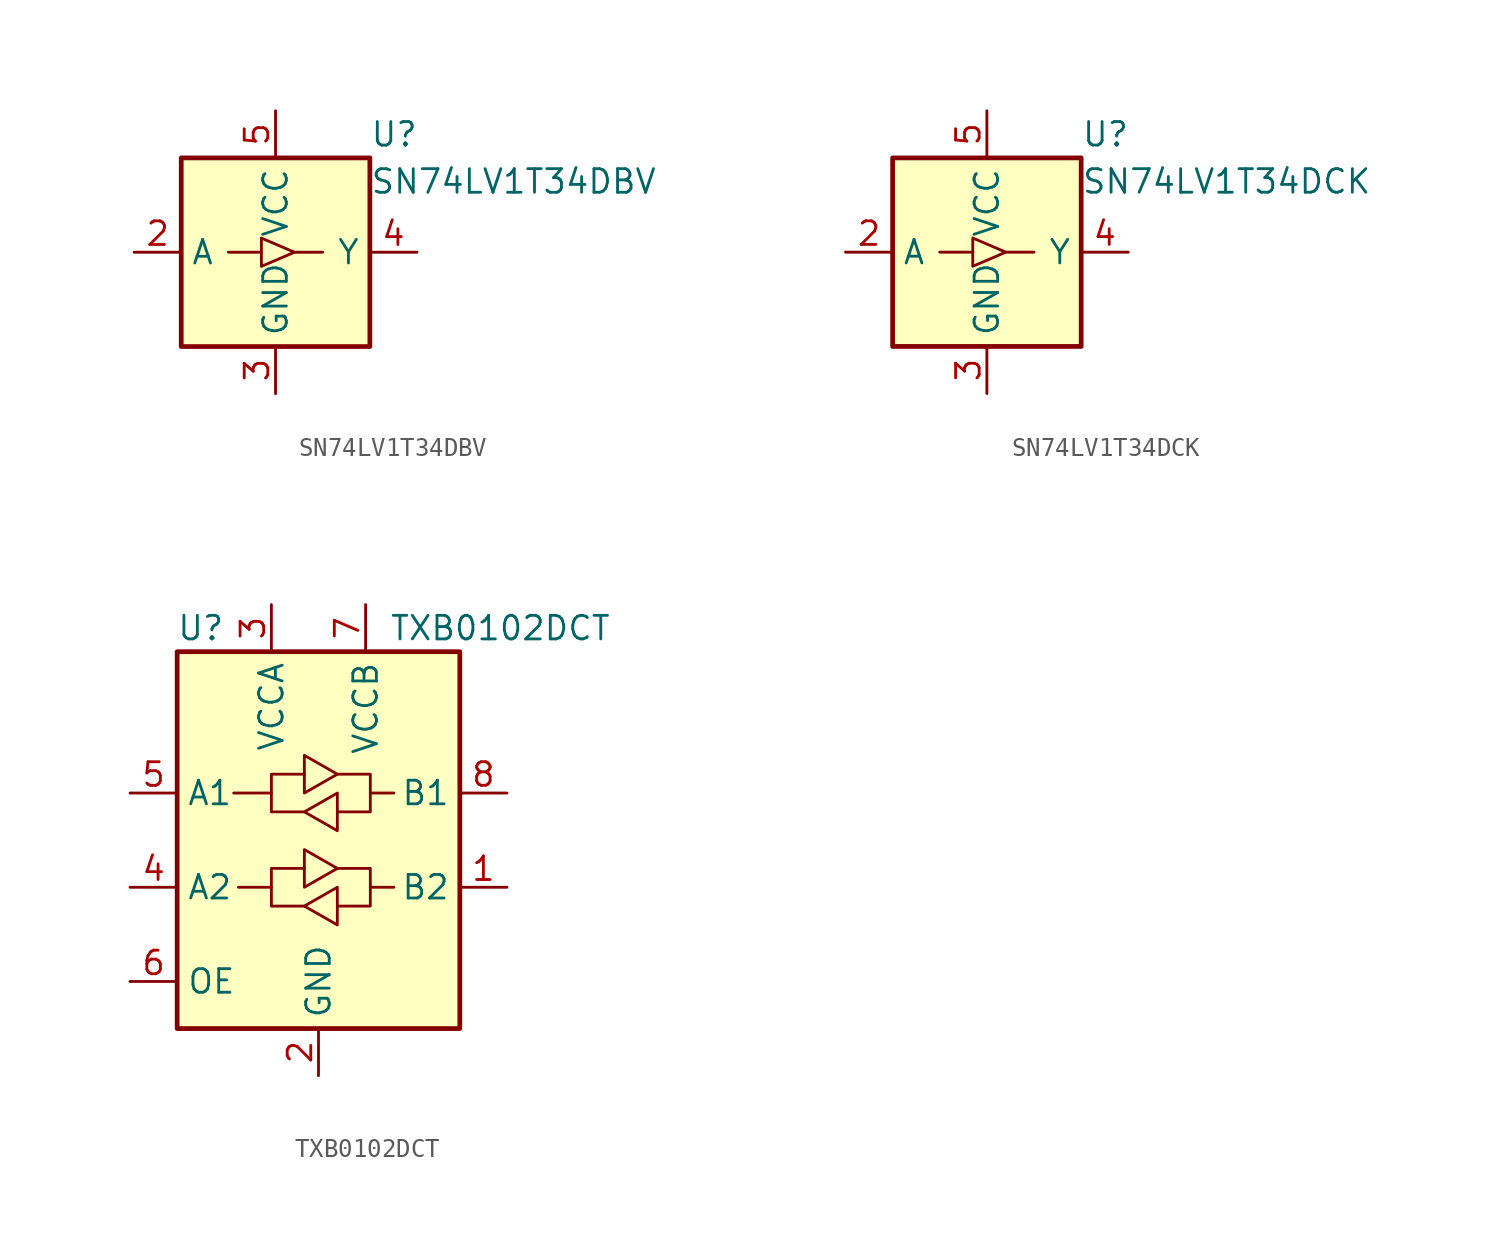
<source format=kicad_sym>
(kicad_symbol_lib
  (version 20201005)
  (generator kicad_symbol_editor)
  (symbol "SN74LV1T34DBV"
    (property "Reference" "U"
      (at 5.08 6.35 0)
      (effects (font (size 1.27 1.27)) (justify left)))
    (property "Value" "SN74LV1T34DBV"
      (at 5.08 3.81 0)
      (effects (font (size 1.27 1.27)) (justify left)))
    (symbol "SN74LV1T34DBV_0_1"
      (rectangle (start -5.08 5.08) (end 5.08 -5.08) (stroke (width 0.254)) (fill (type background)))
      (polyline (pts (xy -0.762 0) (xy -2.54 0)) (stroke (width 0)) (fill (type none)))
      (polyline (pts (xy 1.016 0) (xy 2.54 0)) (stroke (width 0)) (fill (type none))))
    (symbol "SN74LV1T34DBV_1_1"
      (polyline (pts (xy -0.762 -0.762) (xy -0.762 0.762) (xy 1.016 0) (xy -0.762 -0.762)) (stroke (width 0)) (fill (type none)))
      (pin no_connect line (at -5.08 2.54 0) (length 2.54) hide (name "NC" (effects (font (size 1.27 1.27)))) (number "1" (effects (font (size 1.27 1.27)))))
      (pin input line (at -7.62 0 0) (length 2.54) (name "A" (effects (font (size 1.27 1.27)))) (number "2" (effects (font (size 1.27 1.27)))))
      (pin power_in line (at 0 -7.62 90) (length 2.54) (name "GND" (effects (font (size 1.27 1.27)))) (number "3" (effects (font (size 1.27 1.27)))))
      (pin output line (at 7.62 0 180) (length 2.54) (name "Y" (effects (font (size 1.27 1.27)))) (number "4" (effects (font (size 1.27 1.27)))))
      (pin power_in line (at 0 7.62 270) (length 2.54) (name "VCC" (effects (font (size 1.27 1.27)))) (number "5" (effects (font (size 1.27 1.27)))))))
  (symbol "SN74LV1T34DCK"
    (property "Reference" "U"
      (at 5.08 6.35 0)
      (effects (font (size 1.27 1.27)) (justify left)))
    (property "Value" "SN74LV1T34DCK"
      (at 5.08 3.81 0)
      (effects (font (size 1.27 1.27)) (justify left)))
    (symbol "SN74LV1T34DCK_0_1"
      (rectangle (start -5.08 5.08) (end 5.08 -5.08) (stroke (width 0.254)) (fill (type background)))
      (polyline (pts (xy -0.762 0) (xy -2.54 0)) (stroke (width 0)) (fill (type none)))
      (polyline (pts (xy 1.016 0) (xy 2.54 0)) (stroke (width 0)) (fill (type none))))
    (symbol "SN74LV1T34DCK_1_1"
      (polyline (pts (xy -0.762 -0.762) (xy -0.762 0.762) (xy 1.016 0) (xy -0.762 -0.762)) (stroke (width 0)) (fill (type none)))
      (pin no_connect line (at -5.08 2.54 0) (length 2.54) hide (name "NC" (effects (font (size 1.27 1.27)))) (number "1" (effects (font (size 1.27 1.27)))))
      (pin input line (at -7.62 0 0) (length 2.54) (name "A" (effects (font (size 1.27 1.27)))) (number "2" (effects (font (size 1.27 1.27)))))
      (pin power_in line (at 0 -7.62 90) (length 2.54) (name "GND" (effects (font (size 1.27 1.27)))) (number "3" (effects (font (size 1.27 1.27)))))
      (pin output line (at 7.62 0 180) (length 2.54) (name "Y" (effects (font (size 1.27 1.27)))) (number "4" (effects (font (size 1.27 1.27)))))
      (pin power_in line (at 0 7.62 270) (length 2.54) (name "VCC" (effects (font (size 1.27 1.27)))) (number "5" (effects (font (size 1.27 1.27)))))))
  (symbol "TXB0102DCT"
    (property "Reference" "U"
      (at -6.35 11.43 0)
      (effects (font (size 1.27 1.27))))
    (property "Value" "TXB0102DCT"
      (at 3.81 11.43 0)
      (effects (font (size 1.27 1.27)) (justify left)))
    (symbol "TXB0102DCT_0_1"
      (rectangle (start -7.62 10.16) (end 7.62 -10.16) (stroke (width 0.254)) (fill (type background)))
      (polyline (pts (xy -2.54 -2.54) (xy -2.54 -1.524) (xy -0.762 -1.524)) (stroke (width 0)) (fill (type none)))
      (polyline (pts (xy -2.54 2.54) (xy -2.54 3.556) (xy -0.762 3.556)) (stroke (width 0)) (fill (type none)))
      (polyline (pts (xy 2.794 -2.54) (xy 2.794 -3.556) (xy 1.016 -3.556)) (stroke (width 0)) (fill (type none)))
      (polyline (pts (xy 2.794 2.54) (xy 2.794 1.524) (xy 1.016 1.524)) (stroke (width 0)) (fill (type none)))
      (polyline (pts (xy -0.762 -3.556) (xy -2.54 -3.556) (xy -2.54 -2.54) (xy -4.318 -2.54)) (stroke (width 0)) (fill (type none)))
      (polyline (pts (xy -0.762 1.524) (xy -2.54 1.524) (xy -2.54 2.54) (xy -4.572 2.54)) (stroke (width 0)) (fill (type none)))
      (polyline (pts (xy -0.762 2.54) (xy -0.762 4.572) (xy 1.016 3.556) (xy -0.762 2.54)) (stroke (width 0)) (fill (type none)))
      (polyline (pts (xy 1.016 -2.54) (xy 1.016 -4.572) (xy -0.762 -3.556) (xy 1.016 -2.54)) (stroke (width 0)) (fill (type none)))
      (polyline (pts (xy 1.016 -1.524) (xy 2.794 -1.524) (xy 2.794 -2.54) (xy 4.064 -2.54)) (stroke (width 0)) (fill (type none)))
      (polyline (pts (xy 1.016 3.556) (xy 2.794 3.556) (xy 2.794 2.54) (xy 4.064 2.54)) (stroke (width 0)) (fill (type none)))
      (polyline (pts (xy 1.016 2.54) (xy 1.016 0.762) (xy 1.016 0.508) (xy -0.762 1.524) (xy 1.016 2.54)) (stroke (width 0)) (fill (type none)))
      (polyline (pts (xy -0.762 -2.54) (xy -0.762 -0.508) (xy 1.016 -1.524) (xy -0.762 -2.54)) (stroke (width 0)) (fill (type background))))
    (symbol "TXB0102DCT_1_1"
      (pin bidirectional line (at 10.16 -2.54 180) (length 2.54) (name "B2" (effects (font (size 1.27 1.27)))) (number "1" (effects (font (size 1.27 1.27)))))
      (pin power_in line (at 0 -12.7 90) (length 2.54) (name "GND" (effects (font (size 1.27 1.27)))) (number "2" (effects (font (size 1.27 1.27)))))
      (pin power_in line (at -2.54 12.7 270) (length 2.54) (name "VCCA" (effects (font (size 1.27 1.27)))) (number "3" (effects (font (size 1.27 1.27)))))
      (pin bidirectional line (at -10.16 -2.54 0) (length 2.54) (name "A2" (effects (font (size 1.27 1.27)))) (number "4" (effects (font (size 1.27 1.27)))))
      (pin bidirectional line (at -10.16 2.54 0) (length 2.54) (name "A1" (effects (font (size 1.27 1.27)))) (number "5" (effects (font (size 1.27 1.27)))))
      (pin input line (at -10.16 -7.62 0) (length 2.54) (name "OE" (effects (font (size 1.27 1.27)))) (number "6" (effects (font (size 1.27 1.27)))))
      (pin power_in line (at 2.54 12.7 270) (length 2.54) (name "VCCB" (effects (font (size 1.27 1.27)))) (number "7" (effects (font (size 1.27 1.27)))))
      (pin bidirectional line (at 10.16 2.54 180) (length 2.54) (name "B1" (effects (font (size 1.27 1.27)))) (number "8" (effects (font (size 1.27 1.27))))))))
</source>
